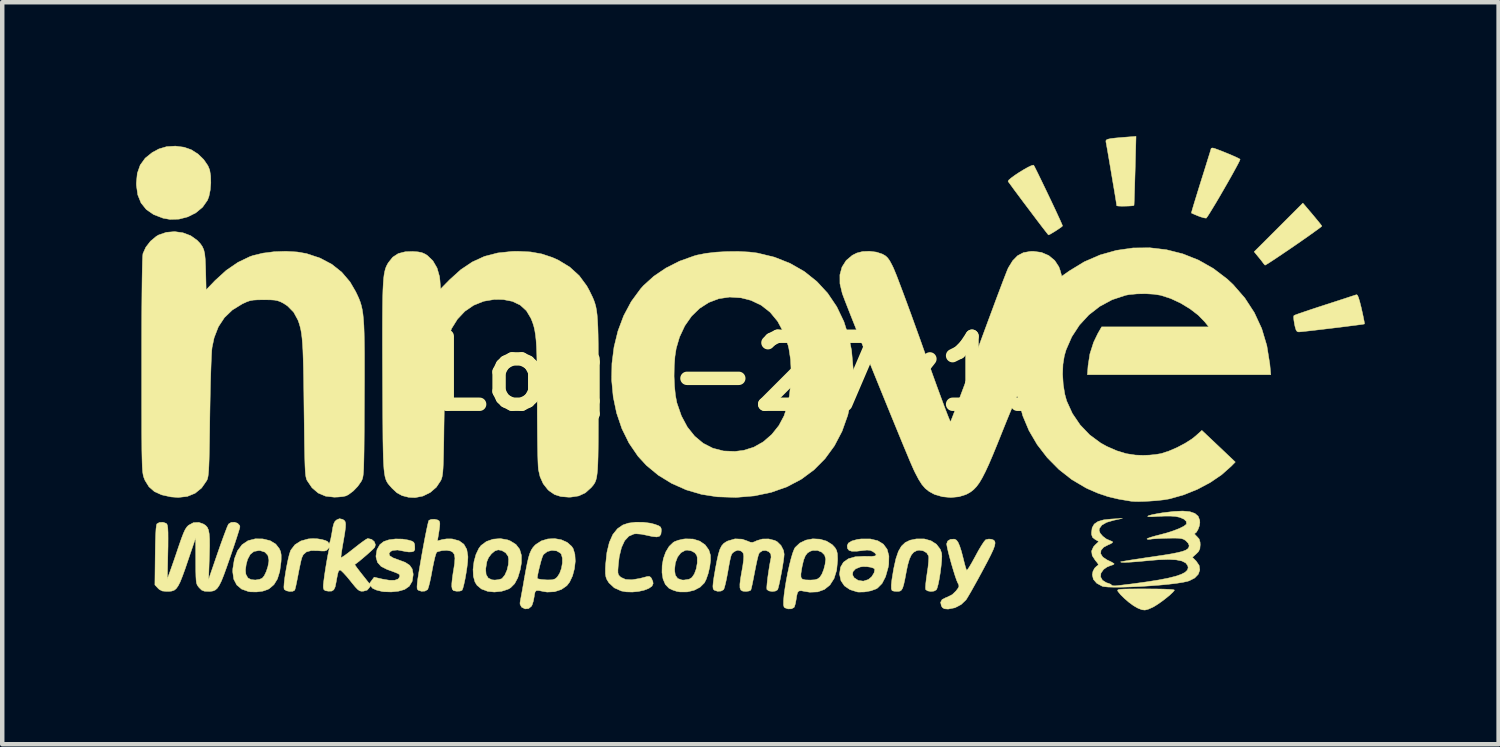
<source format=kicad_pcb>
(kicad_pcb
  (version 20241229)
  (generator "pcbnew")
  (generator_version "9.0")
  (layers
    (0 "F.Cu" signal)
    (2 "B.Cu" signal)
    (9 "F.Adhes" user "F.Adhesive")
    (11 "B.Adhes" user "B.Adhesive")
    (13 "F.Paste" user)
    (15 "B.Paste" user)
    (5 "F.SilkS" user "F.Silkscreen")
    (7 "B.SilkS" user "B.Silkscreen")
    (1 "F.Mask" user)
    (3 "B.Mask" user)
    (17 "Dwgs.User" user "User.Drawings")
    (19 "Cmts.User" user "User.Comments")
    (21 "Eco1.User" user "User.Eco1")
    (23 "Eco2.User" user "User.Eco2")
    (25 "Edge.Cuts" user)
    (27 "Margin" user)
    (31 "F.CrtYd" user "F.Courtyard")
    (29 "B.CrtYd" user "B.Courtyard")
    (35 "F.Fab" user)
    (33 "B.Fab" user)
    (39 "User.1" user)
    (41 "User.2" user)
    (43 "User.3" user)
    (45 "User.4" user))
  (footprint "Logo-27x11"
    (layer "F.Cu")
    (at 13.755 5.317)
    (property "Reference" "Logo-27x11" (at 0 0 0) (layer "F.SilkS") (effects (font (size 1.524 1.524) (thickness 0.3))))
    (attr through_hole)
    (fp_poly (pts (xy 12.591 -3.572) (xy 12.674 -3.472) (xy 12.744 -3.387) (xy 12.791 -3.327) (xy 12.808 -3.302) (xy 12.787 -3.282) (xy 12.727 -3.237) (xy 12.634 -3.17) (xy 12.517 -3.086) (xy 12.381 -2.991) (xy 12.236 -2.89) (xy 12.087 -2.788) (xy 11.942 -2.69) (xy 11.809 -2.6) (xy 11.694 -2.524) (xy 11.606 -2.467) (xy 11.551 -2.434) (xy 11.536 -2.427) (xy 11.516 -2.447) (xy 11.5 -2.467) (xy 11.467 -2.512) (xy 11.413 -2.58) (xy 11.382 -2.617) (xy 11.292 -2.727) (xy 11.838 -3.272) (xy 12.383 -3.817) (xy 12.591 -3.572)) (stroke (width 0.01) (type solid)) (fill yes) (layer "F.SilkS"))
    (fp_poly (pts (xy -12.682 -5.069) (xy -12.521 -5.013) (xy -12.37 -4.917) (xy -12.241 -4.792) (xy -12.146 -4.653) (xy -12.107 -4.558) (xy -12.086 -4.426) (xy -12.082 -4.27) (xy -12.095 -4.111) (xy -12.124 -3.968) (xy -12.157 -3.881) (xy -12.268 -3.724) (xy -12.419 -3.599) (xy -12.598 -3.509) (xy -12.795 -3.458) (xy -12.998 -3.452) (xy -13.154 -3.48) (xy -13.364 -3.561) (xy -13.527 -3.674) (xy -13.645 -3.82) (xy -13.718 -4) (xy -13.749 -4.217) (xy -13.75 -4.266) (xy -13.729 -4.484) (xy -13.664 -4.669) (xy -13.552 -4.824) (xy -13.391 -4.953) (xy -13.246 -5.03) (xy -13.071 -5.082) (xy -12.876 -5.094) (xy -12.682 -5.069)) (stroke (width 0.01) (type solid)) (fill yes) (layer "F.SilkS"))
    (fp_poly (pts (xy 9.083 4.827) (xy 9.26 4.83) (xy 9.393 4.836) (xy 9.476 4.843) (xy 9.506 4.852) (xy 9.506 4.853) (xy 9.475 4.894) (xy 9.409 4.957) (xy 9.32 5.031) (xy 9.221 5.107) (xy 9.123 5.175) (xy 9.039 5.227) (xy 9.017 5.238) (xy 8.917 5.282) (xy 8.845 5.3) (xy 8.778 5.293) (xy 8.695 5.261) (xy 8.672 5.25) (xy 8.588 5.201) (xy 8.488 5.128) (xy 8.388 5.042) (xy 8.301 4.957) (xy 8.244 4.887) (xy 8.238 4.877) (xy 8.232 4.86) (xy 8.238 4.848) (xy 8.263 4.839) (xy 8.312 4.833) (xy 8.393 4.829) (xy 8.512 4.827) (xy 8.675 4.826) (xy 8.863 4.826) (xy 9.083 4.827)) (stroke (width 0.01) (type solid)) (fill yes) (layer "F.SilkS"))
    (fp_poly (pts (xy 8.625 -4.541) (xy 8.619 -4.339) (xy 8.614 -4.156) (xy 8.609 -4) (xy 8.605 -3.878) (xy 8.602 -3.797) (xy 8.599 -3.765) (xy 8.599 -3.765) (xy 8.565 -3.757) (xy 8.496 -3.752) (xy 8.409 -3.749) (xy 8.321 -3.748) (xy 8.25 -3.751) (xy 8.214 -3.757) (xy 8.213 -3.759) (xy 8.208 -3.792) (xy 8.196 -3.871) (xy 8.177 -3.988) (xy 8.153 -4.132) (xy 8.125 -4.296) (xy 8.096 -4.468) (xy 8.067 -4.641) (xy 8.039 -4.805) (xy 8.014 -4.951) (xy 7.993 -5.07) (xy 7.979 -5.151) (xy 7.972 -5.183) (xy 7.97 -5.212) (xy 7.982 -5.233) (xy 8.017 -5.249) (xy 8.082 -5.263) (xy 8.185 -5.275) (xy 8.333 -5.288) (xy 8.408 -5.294) (xy 8.645 -5.312) (xy 8.625 -4.541)) (stroke (width 0.01) (type solid)) (fill yes) (layer "F.SilkS"))
    (fp_poly (pts (xy 6.352 -4.666) (xy 6.37 -4.635) (xy 6.407 -4.562) (xy 6.46 -4.455) (xy 6.525 -4.321) (xy 6.598 -4.17) (xy 6.675 -4.009) (xy 6.752 -3.848) (xy 6.825 -3.693) (xy 6.89 -3.553) (xy 6.943 -3.438) (xy 6.98 -3.354) (xy 6.998 -3.31) (xy 6.999 -3.306) (xy 6.977 -3.285) (xy 6.922 -3.246) (xy 6.85 -3.198) (xy 6.775 -3.152) (xy 6.715 -3.117) (xy 6.684 -3.104) (xy 6.665 -3.126) (xy 6.617 -3.187) (xy 6.544 -3.281) (xy 6.451 -3.403) (xy 6.343 -3.546) (xy 6.237 -3.687) (xy 6.117 -3.846) (xy 6.009 -3.991) (xy 5.916 -4.116) (xy 5.844 -4.215) (xy 5.796 -4.28) (xy 5.779 -4.304) (xy 5.793 -4.332) (xy 5.846 -4.378) (xy 5.926 -4.437) (xy 6.022 -4.501) (xy 6.123 -4.563) (xy 6.218 -4.617) (xy 6.295 -4.654) (xy 6.343 -4.668) (xy 6.352 -4.666)) (stroke (width 0.01) (type solid)) (fill yes) (layer "F.SilkS"))
    (fp_poly (pts (xy 10.403 -5.042) (xy 10.477 -5.015) (xy 10.576 -4.977) (xy 10.685 -4.933) (xy 10.792 -4.888) (xy 10.885 -4.847) (xy 10.951 -4.815) (xy 10.977 -4.798) (xy 10.977 -4.798) (xy 10.963 -4.762) (xy 10.925 -4.686) (xy 10.867 -4.579) (xy 10.795 -4.448) (xy 10.712 -4.301) (xy 10.623 -4.146) (xy 10.533 -3.99) (xy 10.446 -3.842) (xy 10.366 -3.71) (xy 10.299 -3.6) (xy 10.249 -3.522) (xy 10.22 -3.483) (xy 10.216 -3.48) (xy 10.167 -3.487) (xy 10.089 -3.51) (xy 10.033 -3.531) (xy 9.954 -3.564) (xy 9.9 -3.588) (xy 9.886 -3.595) (xy 9.892 -3.623) (xy 9.913 -3.697) (xy 9.947 -3.811) (xy 9.992 -3.957) (xy 10.045 -4.13) (xy 10.104 -4.319) (xy 10.164 -4.509) (xy 10.218 -4.682) (xy 10.263 -4.828) (xy 10.299 -4.942) (xy 10.321 -5.016) (xy 10.329 -5.044) (xy 10.352 -5.051) (xy 10.364 -5.052) (xy 10.403 -5.042)) (stroke (width 0.01) (type solid)) (fill yes) (layer "F.SilkS"))
    (fp_poly (pts (xy 13.604 -1.755) (xy 13.627 -1.706) (xy 13.656 -1.612) (xy 13.692 -1.469) (xy 13.696 -1.45) (xy 13.725 -1.321) (xy 13.747 -1.214) (xy 13.761 -1.14) (xy 13.763 -1.11) (xy 13.763 -1.11) (xy 13.734 -1.104) (xy 13.658 -1.093) (xy 13.543 -1.078) (xy 13.4 -1.06) (xy 13.236 -1.039) (xy 13.062 -1.018) (xy 12.886 -0.997) (xy 12.717 -0.977) (xy 12.564 -0.959) (xy 12.436 -0.945) (xy 12.342 -0.935) (xy 12.292 -0.931) (xy 12.289 -0.931) (xy 12.255 -0.94) (xy 12.23 -0.975) (xy 12.208 -1.049) (xy 12.196 -1.104) (xy 12.181 -1.198) (xy 12.176 -1.268) (xy 12.183 -1.298) (xy 12.215 -1.312) (xy 12.294 -1.341) (xy 12.411 -1.381) (xy 12.559 -1.431) (xy 12.731 -1.488) (xy 12.876 -1.535) (xy 13.062 -1.595) (xy 13.231 -1.65) (xy 13.375 -1.697) (xy 13.487 -1.734) (xy 13.559 -1.757) (xy 13.583 -1.765) (xy 13.604 -1.755)) (stroke (width 0.01) (type solid)) (fill yes) (layer "F.SilkS"))
    (fp_poly (pts (xy -5.433 3.728) (xy -5.374 3.751) (xy -5.247 3.83) (xy -5.164 3.937) (xy -5.124 4.073) (xy -5.124 4.244) (xy -5.15 4.394) (xy -5.205 4.576) (xy -5.275 4.708) (xy -5.365 4.799) (xy -5.419 4.831) (xy -5.566 4.879) (xy -5.73 4.896) (xy -5.878 4.881) (xy -6.019 4.828) (xy -6.117 4.747) (xy -6.164 4.672) (xy -6.2 4.542) (xy -6.207 4.384) (xy -6.206 4.383) (xy -5.925 4.383) (xy -5.915 4.503) (xy -5.868 4.582) (xy -5.786 4.622) (xy -5.72 4.628) (xy -5.635 4.619) (xy -5.568 4.599) (xy -5.557 4.592) (xy -5.495 4.516) (xy -5.446 4.405) (xy -5.416 4.279) (xy -5.41 4.16) (xy -5.423 4.092) (xy -5.477 4.016) (xy -5.565 3.965) (xy -5.645 3.951) (xy -5.718 3.975) (xy -5.794 4.038) (xy -5.86 4.124) (xy -5.899 4.218) (xy -5.899 4.219) (xy -5.925 4.383) (xy -6.206 4.383) (xy -6.186 4.215) (xy -6.142 4.054) (xy -6.076 3.916) (xy -6.028 3.853) (xy -5.908 3.764) (xy -5.758 3.712) (xy -5.595 3.699) (xy -5.433 3.728)) (stroke (width 0.01) (type solid)) (fill yes) (layer "F.SilkS"))
    (fp_poly (pts (xy -10.919 3.706) (xy -10.753 3.746) (xy -10.628 3.822) (xy -10.549 3.923) (xy -10.519 3.99) (xy -10.506 4.064) (xy -10.506 4.165) (xy -10.509 4.219) (xy -10.538 4.435) (xy -10.59 4.603) (xy -10.668 4.73) (xy -10.774 4.821) (xy -10.806 4.838) (xy -10.917 4.876) (xy -11.055 4.894) (xy -11.193 4.892) (xy -11.241 4.884) (xy -11.392 4.83) (xy -11.501 4.738) (xy -11.568 4.609) (xy -11.591 4.445) (xy -11.59 4.404) (xy -11.307 4.404) (xy -11.297 4.498) (xy -11.258 4.57) (xy -11.243 4.586) (xy -11.178 4.618) (xy -11.085 4.627) (xy -10.991 4.613) (xy -10.929 4.585) (xy -10.884 4.53) (xy -10.84 4.438) (xy -10.804 4.328) (xy -10.783 4.219) (xy -10.781 4.175) (xy -10.805 4.072) (xy -10.872 4.001) (xy -10.976 3.968) (xy -11.007 3.967) (xy -11.116 3.987) (xy -11.198 4.051) (xy -11.258 4.163) (xy -11.289 4.274) (xy -11.307 4.404) (xy -11.59 4.404) (xy -11.589 4.374) (xy -11.553 4.151) (xy -11.483 3.971) (xy -11.382 3.836) (xy -11.249 3.746) (xy -11.086 3.704) (xy -10.919 3.706)) (stroke (width 0.01) (type solid)) (fill yes) (layer "F.SilkS"))
    (fp_poly (pts (xy -1.278 3.709) (xy -1.128 3.756) (xy -1.007 3.84) (xy -0.924 3.956) (xy -0.889 4.071) (xy -0.887 4.187) (xy -0.905 4.331) (xy -0.939 4.479) (xy -0.985 4.612) (xy -1.025 4.691) (xy -1.121 4.787) (xy -1.254 4.856) (xy -1.408 4.893) (xy -1.571 4.894) (xy -1.644 4.881) (xy -1.735 4.851) (xy -1.812 4.814) (xy -1.818 4.811) (xy -1.899 4.726) (xy -1.951 4.605) (xy -1.974 4.461) (xy -1.973 4.403) (xy -1.693 4.403) (xy -1.676 4.519) (xy -1.622 4.593) (xy -1.529 4.626) (xy -1.485 4.628) (xy -1.368 4.61) (xy -1.305 4.572) (xy -1.249 4.49) (xy -1.207 4.375) (xy -1.184 4.246) (xy -1.184 4.126) (xy -1.196 4.074) (xy -1.241 4.015) (xy -1.32 3.973) (xy -1.411 3.957) (xy -1.452 3.962) (xy -1.55 4.015) (xy -1.626 4.112) (xy -1.676 4.245) (xy -1.693 4.403) (xy -1.973 4.403) (xy -1.971 4.304) (xy -1.943 4.146) (xy -1.89 3.999) (xy -1.815 3.874) (xy -1.72 3.783) (xy -1.69 3.766) (xy -1.61 3.736) (xy -1.504 3.712) (xy -1.451 3.705) (xy -1.278 3.709)) (stroke (width 0.01) (type solid)) (fill yes) (layer "F.SilkS"))
    (fp_poly (pts (xy -2.395 3.333) (xy -2.227 3.355) (xy -2.131 3.381) (xy -2.048 3.412) (xy -2.006 3.441) (xy -1.991 3.482) (xy -1.99 3.525) (xy -1.999 3.601) (xy -2.031 3.646) (xy -2.094 3.662) (xy -2.196 3.651) (xy -2.295 3.629) (xy -2.436 3.6) (xy -2.552 3.591) (xy -2.602 3.595) (xy -2.717 3.645) (xy -2.811 3.746) (xy -2.882 3.899) (xy -2.932 4.103) (xy -2.954 4.292) (xy -2.962 4.401) (xy -2.961 4.469) (xy -2.948 4.512) (xy -2.92 4.545) (xy -2.89 4.569) (xy -2.79 4.614) (xy -2.651 4.622) (xy -2.471 4.592) (xy -2.389 4.571) (xy -2.307 4.549) (xy -2.26 4.546) (xy -2.23 4.564) (xy -2.213 4.585) (xy -2.18 4.658) (xy -2.173 4.706) (xy -2.199 4.764) (xy -2.27 4.814) (xy -2.375 4.855) (xy -2.502 4.883) (xy -2.64 4.896) (xy -2.777 4.892) (xy -2.887 4.872) (xy -3.043 4.802) (xy -3.163 4.69) (xy -3.209 4.616) (xy -3.231 4.557) (xy -3.242 4.479) (xy -3.242 4.367) (xy -3.237 4.277) (xy -3.208 4.006) (xy -3.154 3.784) (xy -3.076 3.608) (xy -2.971 3.477) (xy -2.851 3.394) (xy -2.726 3.352) (xy -2.567 3.332) (xy -2.395 3.333)) (stroke (width 0.01) (type solid)) (fill yes) (layer "F.SilkS"))
    (fp_poly (pts (xy 3.9 3.706) (xy 4.052 3.748) (xy 4.175 3.827) (xy 4.259 3.938) (xy 4.29 4.025) (xy 4.295 4.093) (xy 4.29 4.199) (xy 4.277 4.328) (xy 4.259 4.468) (xy 4.237 4.604) (xy 4.213 4.722) (xy 4.189 4.809) (xy 4.171 4.847) (xy 4.12 4.875) (xy 4.048 4.883) (xy 3.978 4.871) (xy 3.934 4.842) (xy 3.932 4.837) (xy 3.929 4.792) (xy 3.935 4.704) (xy 3.949 4.588) (xy 3.965 4.476) (xy 3.985 4.342) (xy 3.997 4.221) (xy 4.002 4.13) (xy 3.998 4.088) (xy 3.955 4.018) (xy 3.877 3.972) (xy 3.784 3.958) (xy 3.733 3.968) (xy 3.665 4.004) (xy 3.612 4.065) (xy 3.568 4.159) (xy 3.529 4.293) (xy 3.498 4.445) (xy 3.467 4.61) (xy 3.441 4.727) (xy 3.417 4.805) (xy 3.391 4.851) (xy 3.359 4.874) (xy 3.317 4.882) (xy 3.293 4.882) (xy 3.223 4.877) (xy 3.181 4.865) (xy 3.18 4.864) (xy 3.164 4.822) (xy 3.163 4.739) (xy 3.177 4.611) (xy 3.206 4.434) (xy 3.219 4.36) (xy 3.266 4.149) (xy 3.321 3.987) (xy 3.389 3.869) (xy 3.475 3.787) (xy 3.583 3.735) (xy 3.72 3.707) (xy 3.726 3.706) (xy 3.9 3.706)) (stroke (width 0.01) (type solid)) (fill yes) (layer "F.SilkS"))
    (fp_poly (pts (xy 2.859 3.747) (xy 2.985 3.824) (xy 3.069 3.939) (xy 3.109 4.088) (xy 3.105 4.271) (xy 3.092 4.346) (xy 3.034 4.552) (xy 2.955 4.705) (xy 2.855 4.806) (xy 2.822 4.826) (xy 2.703 4.869) (xy 2.562 4.894) (xy 2.431 4.897) (xy 2.399 4.893) (xy 2.236 4.842) (xy 2.113 4.758) (xy 2.035 4.643) (xy 2.006 4.51) (xy 2.293 4.51) (xy 2.33 4.577) (xy 2.416 4.632) (xy 2.427 4.637) (xy 2.536 4.652) (xy 2.649 4.616) (xy 2.723 4.554) (xy 2.777 4.466) (xy 2.794 4.39) (xy 2.769 4.363) (xy 2.704 4.341) (xy 2.618 4.328) (xy 2.528 4.326) (xy 2.465 4.335) (xy 2.362 4.377) (xy 2.304 4.439) (xy 2.293 4.51) (xy 2.006 4.51) (xy 2.004 4.501) (xy 2.004 4.484) (xy 2.026 4.339) (xy 2.091 4.228) (xy 2.201 4.151) (xy 2.356 4.106) (xy 2.556 4.095) (xy 2.594 4.096) (xy 2.725 4.098) (xy 2.801 4.087) (xy 2.825 4.063) (xy 2.798 4.025) (xy 2.751 3.99) (xy 2.691 3.962) (xy 2.617 3.956) (xy 2.532 3.965) (xy 2.382 3.983) (xy 2.279 3.983) (xy 2.215 3.962) (xy 2.182 3.92) (xy 2.174 3.86) (xy 2.2 3.8) (xy 2.277 3.753) (xy 2.398 3.719) (xy 2.487 3.707) (xy 2.692 3.707) (xy 2.859 3.747)) (stroke (width 0.01) (type solid)) (fill yes) (layer "F.SilkS"))
    (fp_poly (pts (xy 5.404 3.714) (xy 5.45 3.73) (xy 5.479 3.756) (xy 5.488 3.797) (xy 5.478 3.859) (xy 5.446 3.947) (xy 5.39 4.067) (xy 5.309 4.225) (xy 5.205 4.42) (xy 5.114 4.588) (xy 5.027 4.745) (xy 4.951 4.881) (xy 4.888 4.988) (xy 4.846 5.058) (xy 4.835 5.073) (xy 4.727 5.176) (xy 4.589 5.248) (xy 4.443 5.277) (xy 4.431 5.278) (xy 4.352 5.271) (xy 4.308 5.245) (xy 4.284 5.205) (xy 4.267 5.126) (xy 4.3 5.065) (xy 4.386 5.021) (xy 4.415 5.011) (xy 4.528 4.954) (xy 4.61 4.875) (xy 4.66 4.809) (xy 4.679 4.766) (xy 4.67 4.726) (xy 4.651 4.691) (xy 4.627 4.635) (xy 4.593 4.537) (xy 4.554 4.412) (xy 4.512 4.272) (xy 4.473 4.13) (xy 4.439 3.999) (xy 4.415 3.893) (xy 4.403 3.824) (xy 4.403 3.815) (xy 4.427 3.753) (xy 4.489 3.715) (xy 4.572 3.711) (xy 4.585 3.714) (xy 4.623 3.734) (xy 4.658 3.782) (xy 4.693 3.862) (xy 4.732 3.981) (xy 4.775 4.146) (xy 4.8 4.247) (xy 4.823 4.332) (xy 4.843 4.393) (xy 4.852 4.409) (xy 4.871 4.393) (xy 4.91 4.335) (xy 4.964 4.244) (xy 5.028 4.128) (xy 5.048 4.091) (xy 5.117 3.964) (xy 5.183 3.854) (xy 5.237 3.772) (xy 5.274 3.728) (xy 5.279 3.724) (xy 5.348 3.709) (xy 5.404 3.714)) (stroke (width 0.01) (type solid)) (fill yes) (layer "F.SilkS"))
    (fp_poly (pts (xy 1.562 3.712) (xy 1.711 3.755) (xy 1.838 3.834) (xy 1.903 3.904) (xy 1.936 3.962) (xy 1.954 4.034) (xy 1.959 4.138) (xy 1.959 4.186) (xy 1.938 4.409) (xy 1.88 4.594) (xy 1.788 4.738) (xy 1.665 4.838) (xy 1.513 4.893) (xy 1.335 4.9) (xy 1.229 4.883) (xy 1.144 4.867) (xy 1.091 4.873) (xy 1.061 4.91) (xy 1.042 4.988) (xy 1.031 5.062) (xy 1.015 5.152) (xy 0.994 5.221) (xy 0.983 5.242) (xy 0.926 5.272) (xy 0.849 5.274) (xy 0.78 5.25) (xy 0.76 5.232) (xy 0.748 5.184) (xy 0.749 5.092) (xy 0.76 4.964) (xy 0.781 4.812) (xy 0.808 4.645) (xy 0.838 4.49) (xy 1.137 4.49) (xy 1.139 4.566) (xy 1.169 4.607) (xy 1.235 4.624) (xy 1.344 4.628) (xy 1.349 4.628) (xy 1.45 4.622) (xy 1.517 4.6) (xy 1.564 4.562) (xy 1.608 4.495) (xy 1.649 4.392) (xy 1.679 4.275) (xy 1.693 4.167) (xy 1.693 4.154) (xy 1.668 4.067) (xy 1.603 4.002) (xy 1.511 3.965) (xy 1.406 3.964) (xy 1.351 3.981) (xy 1.286 4.02) (xy 1.237 4.083) (xy 1.198 4.18) (xy 1.165 4.321) (xy 1.156 4.37) (xy 1.137 4.49) (xy 0.838 4.49) (xy 0.841 4.473) (xy 0.877 4.306) (xy 0.915 4.154) (xy 0.952 4.027) (xy 0.988 3.934) (xy 1.007 3.899) (xy 1.114 3.798) (xy 1.25 3.733) (xy 1.404 3.704) (xy 1.562 3.712)) (stroke (width 0.01) (type solid)) (fill yes) (layer "F.SilkS"))
    (fp_poly (pts (xy -4.23 3.725) (xy -4.099 3.784) (xy -3.998 3.873) (xy -3.964 3.925) (xy -3.926 4.051) (xy -3.917 4.206) (xy -3.936 4.372) (xy -3.979 4.534) (xy -4.044 4.673) (xy -4.106 4.753) (xy -4.229 4.839) (xy -4.382 4.889) (xy -4.547 4.897) (xy -4.631 4.884) (xy -4.73 4.863) (xy -4.787 4.863) (xy -4.817 4.892) (xy -4.832 4.957) (xy -4.838 5.002) (xy -4.857 5.101) (xy -4.884 5.185) (xy -4.899 5.214) (xy -4.962 5.266) (xy -5.041 5.274) (xy -5.117 5.236) (xy -5.122 5.231) (xy -5.155 5.167) (xy -5.154 5.125) (xy -5.145 5.077) (xy -5.128 4.985) (xy -5.105 4.86) (xy -5.079 4.714) (xy -5.067 4.643) (xy -5.057 4.587) (xy -4.77 4.587) (xy -4.743 4.603) (xy -4.672 4.616) (xy -4.566 4.624) (xy -4.528 4.625) (xy -4.431 4.622) (xy -4.368 4.601) (xy -4.322 4.562) (xy -4.267 4.477) (xy -4.227 4.366) (xy -4.206 4.247) (xy -4.206 4.136) (xy -4.229 4.051) (xy -4.247 4.026) (xy -4.335 3.974) (xy -4.441 3.962) (xy -4.545 3.989) (xy -4.626 4.053) (xy -4.638 4.07) (xy -4.658 4.118) (xy -4.685 4.204) (xy -4.713 4.311) (xy -4.74 4.421) (xy -4.76 4.517) (xy -4.769 4.581) (xy -4.77 4.587) (xy -5.057 4.587) (xy -5.028 4.425) (xy -4.995 4.256) (xy -4.965 4.126) (xy -4.935 4.029) (xy -4.902 3.955) (xy -4.865 3.898) (xy -4.821 3.849) (xy -4.8 3.83) (xy -4.676 3.75) (xy -4.532 3.707) (xy -4.379 3.699) (xy -4.23 3.725)) (stroke (width 0.01) (type solid)) (fill yes) (layer "F.SilkS"))
    (fp_poly (pts (xy -7 3.282) (xy -6.967 3.304) (xy -6.956 3.33) (xy -6.951 3.369) (xy -6.956 3.431) (xy -6.969 3.528) (xy -6.988 3.646) (xy -7.006 3.751) (xy -6.898 3.721) (xy -6.796 3.705) (xy -6.686 3.706) (xy -6.668 3.708) (xy -6.519 3.749) (xy -6.413 3.826) (xy -6.348 3.941) (xy -6.323 4.095) (xy -6.323 4.126) (xy -6.329 4.221) (xy -6.343 4.341) (xy -6.363 4.473) (xy -6.386 4.604) (xy -6.411 4.72) (xy -6.434 4.809) (xy -6.454 4.856) (xy -6.456 4.858) (xy -6.501 4.875) (xy -6.573 4.878) (xy -6.579 4.877) (xy -6.645 4.865) (xy -6.674 4.83) (xy -6.684 4.773) (xy -6.683 4.703) (xy -6.672 4.596) (xy -6.655 4.471) (xy -6.645 4.414) (xy -6.62 4.252) (xy -6.613 4.136) (xy -6.626 4.056) (xy -6.66 4.005) (xy -6.709 3.977) (xy -6.796 3.962) (xy -6.902 3.968) (xy -6.995 3.991) (xy -7.021 4.004) (xy -7.038 4.038) (xy -7.062 4.117) (xy -7.088 4.231) (xy -7.116 4.368) (xy -7.124 4.413) (xy -7.151 4.557) (xy -7.178 4.683) (xy -7.203 4.779) (xy -7.222 4.835) (xy -7.226 4.841) (xy -7.285 4.875) (xy -7.364 4.879) (xy -7.433 4.856) (xy -7.45 4.84) (xy -7.46 4.817) (xy -7.462 4.774) (xy -7.457 4.704) (xy -7.445 4.602) (xy -7.423 4.462) (xy -7.392 4.277) (xy -7.354 4.057) (xy -7.318 3.859) (xy -7.284 3.679) (xy -7.253 3.525) (xy -7.227 3.403) (xy -7.208 3.323) (xy -7.196 3.29) (xy -7.144 3.269) (xy -7.069 3.266) (xy -7 3.282)) (stroke (width 0.01) (type solid)) (fill yes) (layer "F.SilkS"))
    (fp_poly (pts (xy -11.482 3.356) (xy -11.437 3.404) (xy -11.43 3.437) (xy -11.439 3.474) (xy -11.464 3.556) (xy -11.502 3.676) (xy -11.551 3.825) (xy -11.609 3.996) (xy -11.648 4.111) (xy -11.726 4.335) (xy -11.79 4.511) (xy -11.843 4.645) (xy -11.891 4.742) (xy -11.935 4.808) (xy -11.981 4.85) (xy -12.031 4.872) (xy -12.089 4.881) (xy -12.137 4.882) (xy -12.227 4.877) (xy -12.287 4.853) (xy -12.342 4.799) (xy -12.345 4.796) (xy -12.371 4.763) (xy -12.39 4.731) (xy -12.403 4.691) (xy -12.411 4.632) (xy -12.416 4.547) (xy -12.419 4.426) (xy -12.42 4.261) (xy -12.42 4.196) (xy -12.422 3.683) (xy -12.585 4.163) (xy -12.658 4.378) (xy -12.719 4.545) (xy -12.769 4.671) (xy -12.815 4.76) (xy -12.859 4.821) (xy -12.905 4.857) (xy -12.959 4.875) (xy -13.024 4.882) (xy -13.074 4.882) (xy -13.169 4.873) (xy -13.237 4.838) (xy -13.267 4.809) (xy -13.335 4.736) (xy -13.328 4.072) (xy -13.324 3.819) (xy -13.318 3.623) (xy -13.31 3.482) (xy -13.299 3.397) (xy -13.29 3.369) (xy -13.232 3.337) (xy -13.154 3.333) (xy -13.085 3.357) (xy -13.067 3.373) (xy -13.055 3.403) (xy -13.046 3.463) (xy -13.041 3.559) (xy -13.04 3.697) (xy -13.041 3.882) (xy -13.044 4.008) (xy -13.056 4.6) (xy -12.991 4.424) (xy -12.958 4.33) (xy -12.912 4.199) (xy -12.86 4.047) (xy -12.807 3.889) (xy -12.797 3.86) (xy -12.74 3.696) (xy -12.694 3.577) (xy -12.655 3.493) (xy -12.617 3.437) (xy -12.583 3.402) (xy -12.472 3.342) (xy -12.351 3.336) (xy -12.251 3.371) (xy -12.2 3.403) (xy -12.162 3.445) (xy -12.135 3.505) (xy -12.119 3.589) (xy -12.11 3.706) (xy -12.109 3.863) (xy -12.114 4.067) (xy -12.115 4.102) (xy -12.132 4.614) (xy -11.926 4.015) (xy -11.865 3.84) (xy -11.807 3.68) (xy -11.757 3.546) (xy -11.718 3.444) (xy -11.691 3.385) (xy -11.685 3.373) (xy -11.625 3.336) (xy -11.551 3.332) (xy -11.482 3.356)) (stroke (width 0.01) (type solid)) (fill yes) (layer "F.SilkS"))
    (fp_poly (pts (xy -0.02 -2.721) (xy 0.159 -2.699) (xy 0.544 -2.606) (xy 0.895 -2.467) (xy 1.213 -2.285) (xy 1.494 -2.061) (xy 1.737 -1.798) (xy 1.94 -1.497) (xy 2.101 -1.161) (xy 2.218 -0.792) (xy 2.272 -0.515) (xy 2.311 -0.08) (xy 2.296 0.355) (xy 2.273 0.536) (xy 2.188 0.933) (xy 2.059 1.295) (xy 1.888 1.621) (xy 1.677 1.91) (xy 1.429 2.16) (xy 1.144 2.37) (xy 0.826 2.538) (xy 0.475 2.662) (xy 0.095 2.742) (xy -0.313 2.776) (xy -0.734 2.763) (xy -1.088 2.708) (xy -1.432 2.607) (xy -1.758 2.462) (xy -2.057 2.279) (xy -2.322 2.06) (xy -2.511 1.855) (xy -2.713 1.56) (xy -2.873 1.235) (xy -2.991 0.887) (xy -3.067 0.524) (xy -3.102 0.152) (xy -3.101 0.06) (xy -1.704 0.06) (xy -1.694 0.286) (xy -1.673 0.492) (xy -1.641 0.659) (xy -1.54 0.95) (xy -1.407 1.199) (xy -1.243 1.404) (xy -1.053 1.563) (xy -0.836 1.674) (xy -0.597 1.736) (xy -0.338 1.746) (xy -0.144 1.722) (xy 0.083 1.651) (xy 0.296 1.53) (xy 0.485 1.366) (xy 0.645 1.165) (xy 0.759 0.951) (xy 0.829 0.742) (xy 0.88 0.496) (xy 0.91 0.227) (xy 0.919 -0.048) (xy 0.906 -0.313) (xy 0.869 -0.554) (xy 0.852 -0.626) (xy 0.75 -0.92) (xy 0.616 -1.169) (xy 0.449 -1.371) (xy 0.25 -1.528) (xy 0.02 -1.638) (xy -0.203 -1.695) (xy -0.459 -1.712) (xy -0.702 -1.676) (xy -0.928 -1.59) (xy -1.133 -1.458) (xy -1.313 -1.283) (xy -1.464 -1.067) (xy -1.582 -0.815) (xy -1.656 -0.563) (xy -1.684 -0.383) (xy -1.7 -0.169) (xy -1.704 0.06) (xy -3.101 0.06) (xy -3.096 -0.223) (xy -3.049 -0.593) (xy -2.961 -0.952) (xy -2.833 -1.293) (xy -2.664 -1.61) (xy -2.455 -1.895) (xy -2.386 -1.972) (xy -2.156 -2.18) (xy -1.885 -2.363) (xy -1.582 -2.516) (xy -1.259 -2.632) (xy -1.185 -2.653) (xy -0.991 -2.691) (xy -0.759 -2.718) (xy -0.507 -2.732) (xy -0.255 -2.733) (xy -0.02 -2.721)) (stroke (width 0.01) (type solid)) (fill yes) (layer "F.SilkS"))
    (fp_poly (pts (xy -0.18 3.712) (xy -0.071 3.75) (xy 0.003 3.78) (xy 0.054 3.785) (xy 0.11 3.765) (xy 0.15 3.745) (xy 0.275 3.708) (xy 0.417 3.707) (xy 0.552 3.741) (xy 0.607 3.77) (xy 0.692 3.854) (xy 0.748 3.964) (xy 0.762 4.048) (xy 0.757 4.116) (xy 0.743 4.218) (xy 0.723 4.343) (xy 0.699 4.476) (xy 0.674 4.607) (xy 0.65 4.72) (xy 0.629 4.805) (xy 0.614 4.846) (xy 0.614 4.847) (xy 0.564 4.875) (xy 0.492 4.883) (xy 0.421 4.871) (xy 0.378 4.841) (xy 0.375 4.836) (xy 0.373 4.791) (xy 0.38 4.703) (xy 0.393 4.583) (xy 0.413 4.444) (xy 0.436 4.296) (xy 0.463 4.153) (xy 0.47 4.116) (xy 0.463 4.043) (xy 0.417 3.991) (xy 0.35 3.965) (xy 0.278 3.97) (xy 0.215 4.011) (xy 0.197 4.037) (xy 0.181 4.084) (xy 0.158 4.175) (xy 0.132 4.296) (xy 0.104 4.436) (xy 0.1 4.458) (xy 0.073 4.597) (xy 0.049 4.716) (xy 0.029 4.804) (xy 0.016 4.851) (xy 0.014 4.854) (xy -0.023 4.873) (xy -0.092 4.882) (xy -0.099 4.882) (xy -0.165 4.876) (xy -0.207 4.852) (xy -0.228 4.802) (xy -0.229 4.718) (xy -0.214 4.593) (xy -0.196 4.487) (xy -0.165 4.312) (xy -0.148 4.185) (xy -0.143 4.096) (xy -0.151 4.037) (xy -0.173 4) (xy -0.208 3.976) (xy -0.211 3.975) (xy -0.275 3.958) (xy -0.337 3.981) (xy -0.351 3.99) (xy -0.38 4.01) (xy -0.402 4.031) (xy -0.42 4.063) (xy -0.436 4.114) (xy -0.454 4.193) (xy -0.476 4.31) (xy -0.505 4.473) (xy -0.507 4.484) (xy -0.532 4.615) (xy -0.558 4.728) (xy -0.58 4.809) (xy -0.596 4.844) (xy -0.653 4.875) (xy -0.731 4.879) (xy -0.8 4.856) (xy -0.818 4.841) (xy -0.83 4.813) (xy -0.834 4.764) (xy -0.827 4.685) (xy -0.811 4.568) (xy -0.783 4.405) (xy -0.781 4.39) (xy -0.744 4.196) (xy -0.711 4.049) (xy -0.678 3.941) (xy -0.64 3.864) (xy -0.594 3.81) (xy -0.537 3.771) (xy -0.499 3.752) (xy -0.338 3.705) (xy -0.18 3.712)) (stroke (width 0.01) (type solid)) (fill yes) (layer "F.SilkS"))
    (fp_poly (pts (xy -4.919 -2.723) (xy -4.668 -2.678) (xy -4.43 -2.599) (xy -4.293 -2.537) (xy -4.041 -2.384) (xy -3.829 -2.191) (xy -3.66 -1.962) (xy -3.605 -1.863) (xy -3.566 -1.783) (xy -3.531 -1.711) (xy -3.502 -1.643) (xy -3.478 -1.574) (xy -3.457 -1.499) (xy -3.441 -1.413) (xy -3.428 -1.312) (xy -3.419 -1.191) (xy -3.411 -1.045) (xy -3.406 -0.869) (xy -3.403 -0.659) (xy -3.402 -0.41) (xy -3.401 -0.118) (xy -3.401 0.224) (xy -3.401 0.48) (xy -3.401 0.852) (xy -3.401 1.173) (xy -3.402 1.446) (xy -3.404 1.675) (xy -3.407 1.866) (xy -3.412 2.021) (xy -3.418 2.147) (xy -3.428 2.246) (xy -3.439 2.324) (xy -3.454 2.385) (xy -3.472 2.433) (xy -3.494 2.472) (xy -3.519 2.507) (xy -3.549 2.542) (xy -3.563 2.558) (xy -3.692 2.674) (xy -3.841 2.743) (xy -4.019 2.77) (xy -4.063 2.771) (xy -4.239 2.757) (xy -4.381 2.712) (xy -4.502 2.629) (xy -4.534 2.599) (xy -4.636 2.469) (xy -4.706 2.312) (xy -4.743 2.151) (xy -4.748 2.09) (xy -4.753 1.979) (xy -4.758 1.825) (xy -4.762 1.633) (xy -4.765 1.41) (xy -4.767 1.163) (xy -4.769 0.899) (xy -4.769 0.659) (xy -4.77 0.315) (xy -4.771 0.023) (xy -4.774 -0.224) (xy -4.779 -0.43) (xy -4.786 -0.601) (xy -4.795 -0.743) (xy -4.808 -0.861) (xy -4.824 -0.961) (xy -4.843 -1.047) (xy -4.867 -1.125) (xy -4.896 -1.201) (xy -4.912 -1.239) (xy -5.012 -1.406) (xy -5.15 -1.532) (xy -5.325 -1.616) (xy -5.535 -1.657) (xy -5.729 -1.659) (xy -5.971 -1.618) (xy -6.194 -1.528) (xy -6.391 -1.393) (xy -6.557 -1.217) (xy -6.688 -1.007) (xy -6.778 -0.766) (xy -6.804 -0.649) (xy -6.812 -0.577) (xy -6.82 -0.453) (xy -6.828 -0.281) (xy -6.835 -0.067) (xy -6.842 0.185) (xy -6.848 0.47) (xy -6.853 0.784) (xy -6.854 0.903) (xy -6.859 1.217) (xy -6.862 1.48) (xy -6.866 1.697) (xy -6.87 1.873) (xy -6.874 2.012) (xy -6.879 2.121) (xy -6.885 2.205) (xy -6.893 2.267) (xy -6.901 2.315) (xy -6.912 2.352) (xy -6.924 2.384) (xy -6.931 2.399) (xy -7.03 2.548) (xy -7.167 2.666) (xy -7.33 2.746) (xy -7.508 2.781) (xy -7.648 2.774) (xy -7.797 2.736) (xy -7.915 2.671) (xy -8.023 2.57) (xy -8.059 2.529) (xy -8.091 2.493) (xy -8.119 2.457) (xy -8.142 2.418) (xy -8.162 2.37) (xy -8.179 2.311) (xy -8.192 2.235) (xy -8.203 2.14) (xy -8.211 2.021) (xy -8.218 1.874) (xy -8.222 1.696) (xy -8.226 1.481) (xy -8.228 1.226) (xy -8.23 0.928) (xy -8.232 0.582) (xy -8.234 0.183) (xy -8.234 0.128) (xy -8.236 -0.296) (xy -8.237 -0.667) (xy -8.237 -0.989) (xy -8.236 -1.267) (xy -8.234 -1.504) (xy -8.231 -1.704) (xy -8.226 -1.871) (xy -8.219 -2.008) (xy -8.211 -2.121) (xy -8.2 -2.212) (xy -8.186 -2.285) (xy -8.171 -2.345) (xy -8.152 -2.395) (xy -8.13 -2.439) (xy -8.106 -2.481) (xy -8.006 -2.606) (xy -7.882 -2.687) (xy -7.726 -2.727) (xy -7.561 -2.733) (xy -7.439 -2.724) (xy -7.353 -2.707) (xy -7.283 -2.676) (xy -7.233 -2.645) (xy -7.107 -2.524) (xy -7.014 -2.364) (xy -6.959 -2.173) (xy -6.949 -2.085) (xy -6.935 -1.893) (xy -6.734 -2.098) (xy -6.484 -2.324) (xy -6.225 -2.498) (xy -5.952 -2.623) (xy -5.655 -2.7) (xy -5.328 -2.735) (xy -5.201 -2.737) (xy -4.919 -2.723)) (stroke (width 0.01) (type solid)) (fill yes) (layer "F.SilkS"))
    (fp_poly (pts (xy -12.706 -3.152) (xy -12.533 -3.087) (xy -12.389 -2.984) (xy -12.38 -2.975) (xy -12.317 -2.908) (xy -12.272 -2.843) (xy -12.24 -2.771) (xy -12.219 -2.68) (xy -12.207 -2.559) (xy -12.2 -2.399) (xy -12.197 -2.299) (xy -12.187 -1.874) (xy -11.985 -2.084) (xy -11.738 -2.309) (xy -11.477 -2.488) (xy -11.209 -2.617) (xy -11.137 -2.642) (xy -10.914 -2.696) (xy -10.661 -2.728) (xy -10.398 -2.737) (xy -10.147 -2.722) (xy -9.938 -2.686) (xy -9.634 -2.585) (xy -9.371 -2.446) (xy -9.149 -2.269) (xy -8.964 -2.052) (xy -8.837 -1.834) (xy -8.798 -1.753) (xy -8.764 -1.678) (xy -8.735 -1.603) (xy -8.711 -1.524) (xy -8.691 -1.436) (xy -8.675 -1.335) (xy -8.663 -1.216) (xy -8.653 -1.073) (xy -8.647 -0.904) (xy -8.643 -0.702) (xy -8.64 -0.463) (xy -8.64 -0.183) (xy -8.64 0.144) (xy -8.642 0.521) (xy -8.642 0.596) (xy -8.644 0.948) (xy -8.645 1.249) (xy -8.647 1.502) (xy -8.649 1.712) (xy -8.652 1.883) (xy -8.655 2.021) (xy -8.658 2.129) (xy -8.663 2.212) (xy -8.669 2.274) (xy -8.676 2.32) (xy -8.685 2.355) (xy -8.695 2.382) (xy -8.707 2.407) (xy -8.712 2.416) (xy -8.789 2.527) (xy -8.89 2.632) (xy -8.998 2.713) (xy -9.055 2.742) (xy -9.123 2.757) (xy -9.223 2.767) (xy -9.317 2.771) (xy -9.512 2.748) (xy -9.677 2.678) (xy -9.815 2.56) (xy -9.924 2.399) (xy -9.936 2.374) (xy -9.945 2.343) (xy -9.954 2.302) (xy -9.961 2.245) (xy -9.967 2.168) (xy -9.972 2.067) (xy -9.976 1.936) (xy -9.98 1.77) (xy -9.984 1.566) (xy -9.987 1.318) (xy -9.991 1.021) (xy -9.994 0.79) (xy -9.998 0.436) (xy -10.002 0.133) (xy -10.007 -0.123) (xy -10.013 -0.338) (xy -10.019 -0.518) (xy -10.028 -0.666) (xy -10.038 -0.789) (xy -10.05 -0.891) (xy -10.065 -0.977) (xy -10.083 -1.053) (xy -10.104 -1.124) (xy -10.129 -1.194) (xy -10.132 -1.2) (xy -10.226 -1.373) (xy -10.364 -1.513) (xy -10.45 -1.57) (xy -10.522 -1.607) (xy -10.585 -1.63) (xy -10.656 -1.644) (xy -10.75 -1.65) (xy -10.884 -1.651) (xy -10.894 -1.651) (xy -11.032 -1.65) (xy -11.13 -1.644) (xy -11.207 -1.63) (xy -11.279 -1.605) (xy -11.365 -1.565) (xy -11.378 -1.559) (xy -11.599 -1.423) (xy -11.777 -1.252) (xy -11.913 -1.046) (xy -12.008 -0.801) (xy -12.054 -0.584) (xy -12.061 -0.515) (xy -12.068 -0.395) (xy -12.075 -0.232) (xy -12.082 -0.033) (xy -12.089 0.196) (xy -12.095 0.448) (xy -12.1 0.717) (xy -12.104 0.96) (xy -12.108 1.272) (xy -12.112 1.532) (xy -12.116 1.747) (xy -12.12 1.92) (xy -12.125 2.057) (xy -12.13 2.163) (xy -12.137 2.242) (xy -12.144 2.301) (xy -12.153 2.344) (xy -12.163 2.376) (xy -12.174 2.399) (xy -12.289 2.565) (xy -12.434 2.683) (xy -12.608 2.754) (xy -12.812 2.777) (xy -12.975 2.765) (xy -13.183 2.719) (xy -13.346 2.645) (xy -13.468 2.538) (xy -13.556 2.396) (xy -13.575 2.35) (xy -13.585 2.322) (xy -13.594 2.292) (xy -13.601 2.256) (xy -13.608 2.211) (xy -13.613 2.153) (xy -13.618 2.077) (xy -13.621 1.981) (xy -13.624 1.861) (xy -13.627 1.712) (xy -13.628 1.531) (xy -13.63 1.314) (xy -13.63 1.058) (xy -13.631 0.758) (xy -13.631 0.411) (xy -13.631 0.013) (xy -13.631 -0.192) (xy -13.631 -0.675) (xy -13.63 -1.108) (xy -13.628 -1.491) (xy -13.625 -1.823) (xy -13.622 -2.102) (xy -13.618 -2.328) (xy -13.614 -2.501) (xy -13.609 -2.619) (xy -13.603 -2.681) (xy -13.602 -2.687) (xy -13.538 -2.829) (xy -13.434 -2.963) (xy -13.304 -3.072) (xy -13.251 -3.103) (xy -13.079 -3.162) (xy -12.893 -3.178) (xy -12.706 -3.152)) (stroke (width 0.01) (type solid)) (fill yes) (layer "F.SilkS"))
    (fp_poly (pts (xy 9.85 3.096) (xy 9.964 3.135) (xy 10.037 3.198) (xy 10.071 3.287) (xy 10.075 3.338) (xy 10.064 3.413) (xy 10.035 3.492) (xy 9.999 3.555) (xy 9.963 3.584) (xy 9.96 3.584) (xy 9.959 3.6) (xy 9.994 3.638) (xy 10.007 3.65) (xy 10.059 3.708) (xy 10.08 3.779) (xy 10.083 3.838) (xy 10.075 3.928) (xy 10.042 3.993) (xy 9.995 4.04) (xy 9.908 4.118) (xy 9.992 4.202) (xy 10.059 4.3) (xy 10.074 4.401) (xy 10.04 4.497) (xy 9.96 4.581) (xy 9.837 4.644) (xy 9.799 4.656) (xy 9.692 4.679) (xy 9.545 4.702) (xy 9.367 4.723) (xy 9.167 4.742) (xy 8.954 4.758) (xy 8.738 4.772) (xy 8.527 4.781) (xy 8.331 4.787) (xy 8.159 4.788) (xy 8.019 4.784) (xy 7.921 4.774) (xy 7.888 4.766) (xy 7.765 4.699) (xy 7.69 4.612) (xy 7.666 4.509) (xy 7.681 4.431) (xy 7.718 4.361) (xy 7.765 4.316) (xy 7.796 4.295) (xy 7.798 4.27) (xy 7.767 4.227) (xy 7.734 4.188) (xy 7.664 4.08) (xy 7.65 3.978) (xy 7.692 3.883) (xy 7.73 3.841) (xy 7.811 3.765) (xy 7.73 3.718) (xy 7.672 3.673) (xy 7.65 3.611) (xy 7.648 3.57) (xy 7.662 3.457) (xy 7.709 3.374) (xy 7.793 3.316) (xy 7.921 3.279) (xy 8.097 3.26) (xy 8.107 3.26) (xy 8.34 3.247) (xy 8.144 3.289) (xy 7.987 3.335) (xy 7.88 3.397) (xy 7.825 3.472) (xy 7.818 3.516) (xy 7.841 3.578) (xy 7.9 3.647) (xy 7.979 3.707) (xy 8.06 3.743) (xy 8.116 3.765) (xy 8.118 3.79) (xy 8.065 3.821) (xy 8.033 3.833) (xy 7.92 3.892) (xy 7.86 3.962) (xy 7.853 4.038) (xy 7.9 4.113) (xy 8.001 4.18) (xy 8.016 4.186) (xy 8.093 4.223) (xy 8.144 4.254) (xy 8.156 4.266) (xy 8.132 4.285) (xy 8.074 4.303) (xy 8.074 4.303) (xy 7.994 4.336) (xy 7.919 4.389) (xy 7.859 4.473) (xy 7.851 4.557) (xy 7.893 4.632) (xy 7.98 4.687) (xy 8.022 4.7) (xy 8.078 4.721) (xy 8.1 4.744) (xy 8.125 4.756) (xy 8.187 4.757) (xy 8.22 4.754) (xy 8.583 4.71) (xy 8.893 4.667) (xy 9.152 4.626) (xy 9.364 4.585) (xy 9.531 4.543) (xy 9.657 4.5) (xy 9.744 4.455) (xy 9.794 4.407) (xy 9.813 4.354) (xy 9.804 4.305) (xy 9.758 4.244) (xy 9.673 4.201) (xy 9.546 4.175) (xy 9.374 4.166) (xy 9.152 4.173) (xy 8.946 4.19) (xy 8.713 4.212) (xy 8.53 4.226) (xy 8.4 4.232) (xy 8.322 4.231) (xy 8.299 4.222) (xy 8.301 4.22) (xy 8.331 4.213) (xy 8.41 4.199) (xy 8.529 4.179) (xy 8.681 4.156) (xy 8.857 4.129) (xy 9.004 4.108) (xy 9.245 4.072) (xy 9.436 4.041) (xy 9.581 4.012) (xy 9.688 3.985) (xy 9.761 3.957) (xy 9.806 3.927) (xy 9.829 3.892) (xy 9.835 3.852) (xy 9.814 3.802) (xy 9.763 3.748) (xy 9.756 3.742) (xy 9.715 3.716) (xy 9.669 3.7) (xy 9.605 3.691) (xy 9.51 3.688) (xy 9.373 3.69) (xy 9.361 3.69) (xy 9.225 3.694) (xy 9.103 3.7) (xy 9.01 3.707) (xy 8.968 3.713) (xy 8.912 3.718) (xy 8.89 3.706) (xy 8.916 3.69) (xy 8.985 3.666) (xy 9.086 3.637) (xy 9.165 3.617) (xy 9.334 3.572) (xy 9.488 3.522) (xy 9.619 3.471) (xy 9.716 3.422) (xy 9.77 3.38) (xy 9.776 3.369) (xy 9.771 3.313) (xy 9.718 3.263) (xy 9.627 3.223) (xy 9.527 3.202) (xy 9.422 3.195) (xy 9.286 3.195) (xy 9.147 3.201) (xy 9.122 3.202) (xy 8.997 3.21) (xy 8.925 3.208) (xy 8.904 3.199) (xy 8.933 3.183) (xy 9.009 3.163) (xy 9.132 3.139) (xy 9.234 3.122) (xy 9.488 3.091) (xy 9.692 3.082) (xy 9.85 3.096)) (stroke (width 0.01) (type solid)) (fill yes) (layer "F.SilkS"))
    (fp_poly (pts (xy -9.134 3.267) (xy -9.129 3.269) (xy -9.094 3.29) (xy -9.072 3.321) (xy -9.062 3.371) (xy -9.065 3.447) (xy -9.079 3.559) (xy -9.105 3.715) (xy -9.117 3.781) (xy -9.139 3.909) (xy -9.156 4.018) (xy -9.165 4.093) (xy -9.166 4.124) (xy -9.143 4.116) (xy -9.084 4.078) (xy -9 4.016) (xy -8.897 3.935) (xy -8.88 3.922) (xy -8.772 3.837) (xy -8.677 3.766) (xy -8.606 3.717) (xy -8.567 3.697) (xy -8.565 3.697) (xy -8.479 3.717) (xy -8.419 3.768) (xy -8.395 3.835) (xy -8.408 3.89) (xy -8.437 3.924) (xy -8.499 3.982) (xy -8.58 4.055) (xy -8.67 4.132) (xy -8.755 4.203) (xy -8.825 4.257) (xy -8.857 4.279) (xy -8.845 4.302) (xy -8.804 4.359) (xy -8.742 4.44) (xy -8.698 4.496) (xy -8.53 4.708) (xy -8.477 4.636) (xy -8.423 4.564) (xy -8.235 4.607) (xy -8.08 4.633) (xy -7.961 4.632) (xy -7.883 4.604) (xy -7.851 4.554) (xy -7.849 4.527) (xy -7.857 4.506) (xy -7.884 4.485) (xy -7.94 4.461) (xy -8.033 4.426) (xy -8.135 4.389) (xy -8.267 4.322) (xy -8.348 4.231) (xy -8.381 4.113) (xy -8.382 4.087) (xy -8.359 3.946) (xy -8.294 3.833) (xy -8.208 3.765) (xy -8.091 3.726) (xy -7.943 3.707) (xy -7.787 3.71) (xy -7.662 3.731) (xy -7.579 3.755) (xy -7.536 3.781) (xy -7.518 3.823) (xy -7.513 3.873) (xy -7.512 3.944) (xy -7.532 3.979) (xy -7.573 3.995) (xy -7.645 3.999) (xy -7.735 3.986) (xy -7.751 3.982) (xy -7.898 3.954) (xy -8.007 3.964) (xy -8.054 3.987) (xy -8.091 4.035) (xy -8.073 4.084) (xy -7.999 4.131) (xy -7.876 4.176) (xy -7.728 4.231) (xy -7.628 4.296) (xy -7.571 4.379) (xy -7.55 4.486) (xy -7.549 4.512) (xy -7.571 4.656) (xy -7.636 4.766) (xy -7.74 4.838) (xy -7.742 4.839) (xy -7.877 4.877) (xy -8.039 4.894) (xy -8.199 4.889) (xy -8.245 4.883) (xy -8.371 4.852) (xy -8.457 4.813) (xy -8.494 4.77) (xy -8.495 4.762) (xy -8.506 4.758) (xy -8.53 4.796) (xy -8.531 4.798) (xy -8.579 4.853) (xy -8.66 4.876) (xy -8.666 4.877) (xy -8.712 4.878) (xy -8.751 4.867) (xy -8.792 4.838) (xy -8.846 4.781) (xy -8.92 4.691) (xy -8.957 4.644) (xy -9.038 4.546) (xy -9.11 4.467) (xy -9.163 4.416) (xy -9.186 4.403) (xy -9.207 4.41) (xy -9.225 4.437) (xy -9.241 4.495) (xy -9.26 4.593) (xy -9.274 4.671) (xy -9.297 4.782) (xy -9.328 4.846) (xy -9.375 4.875) (xy -9.447 4.877) (xy -9.449 4.877) (xy -9.52 4.865) (xy -9.552 4.837) (xy -9.562 4.789) (xy -9.561 4.735) (xy -9.55 4.638) (xy -9.533 4.51) (xy -9.511 4.365) (xy -9.486 4.214) (xy -9.46 4.071) (xy -9.435 3.951) (xy -9.426 3.903) (xy -9.438 3.906) (xy -9.461 3.934) (xy -9.492 3.964) (xy -9.535 3.977) (xy -9.608 3.976) (xy -9.678 3.97) (xy -9.83 3.967) (xy -9.939 3.996) (xy -10.012 4.06) (xy -10.043 4.127) (xy -10.061 4.193) (xy -10.084 4.298) (xy -10.111 4.427) (xy -10.129 4.523) (xy -10.154 4.649) (xy -10.176 4.755) (xy -10.194 4.828) (xy -10.203 4.855) (xy -10.246 4.879) (xy -10.316 4.883) (xy -10.388 4.868) (xy -10.436 4.837) (xy -10.439 4.832) (xy -10.445 4.785) (xy -10.439 4.696) (xy -10.425 4.577) (xy -10.404 4.44) (xy -10.378 4.299) (xy -10.351 4.166) (xy -10.323 4.053) (xy -10.297 3.973) (xy -10.289 3.956) (xy -10.197 3.836) (xy -10.064 3.752) (xy -9.898 3.706) (xy -9.793 3.699) (xy -9.69 3.704) (xy -9.59 3.721) (xy -9.509 3.744) (xy -9.461 3.77) (xy -9.454 3.783) (xy -9.436 3.809) (xy -9.431 3.81) (xy -9.416 3.784) (xy -9.397 3.715) (xy -9.377 3.615) (xy -9.369 3.568) (xy -9.348 3.444) (xy -9.326 3.363) (xy -9.301 3.314) (xy -9.266 3.282) (xy -9.265 3.281) (xy -9.2 3.253) (xy -9.134 3.267)) (stroke (width 0.01) (type solid)) (fill yes) (layer "F.SilkS"))
    (fp_poly (pts (xy 9.328 -2.772) (xy 9.693 -2.68) (xy 10.045 -2.54) (xy 10.377 -2.352) (xy 10.685 -2.118) (xy 10.819 -1.993) (xy 11.082 -1.691) (xy 11.296 -1.362) (xy 11.461 -1.006) (xy 11.576 -0.622) (xy 11.642 -0.211) (xy 11.644 -0.19) (xy 11.664 0.028) (xy 7.556 0.028) (xy 7.571 -0.176) (xy 7.612 -0.439) (xy 7.695 -0.699) (xy 7.79 -0.896) (xy 7.875 -1.044) (xy 10.276 -1.044) (xy 10.182 -1.16) (xy 10.039 -1.307) (xy 9.854 -1.449) (xy 9.643 -1.577) (xy 9.422 -1.68) (xy 9.205 -1.75) (xy 9.2 -1.752) (xy 9.047 -1.776) (xy 8.863 -1.787) (xy 8.671 -1.784) (xy 8.496 -1.768) (xy 8.41 -1.752) (xy 8.109 -1.652) (xy 7.834 -1.504) (xy 7.588 -1.313) (xy 7.377 -1.084) (xy 7.206 -0.822) (xy 7.079 -0.532) (xy 7.039 -0.396) (xy 7.008 -0.205) (xy 7 0.016) (xy 7.014 0.245) (xy 7.049 0.463) (xy 7.091 0.615) (xy 7.219 0.896) (xy 7.393 1.152) (xy 7.606 1.375) (xy 7.852 1.557) (xy 7.993 1.635) (xy 8.218 1.733) (xy 8.425 1.796) (xy 8.634 1.828) (xy 8.805 1.834) (xy 8.944 1.829) (xy 9.086 1.815) (xy 9.204 1.795) (xy 9.216 1.792) (xy 9.384 1.737) (xy 9.567 1.658) (xy 9.745 1.564) (xy 9.9 1.465) (xy 9.981 1.4) (xy 10.12 1.275) (xy 10.495 1.629) (xy 10.869 1.984) (xy 10.775 2.08) (xy 10.562 2.269) (xy 10.306 2.443) (xy 10.02 2.595) (xy 9.715 2.718) (xy 9.406 2.806) (xy 9.387 2.81) (xy 9.267 2.83) (xy 9.117 2.847) (xy 8.953 2.859) (xy 8.792 2.867) (xy 8.651 2.869) (xy 8.547 2.863) (xy 8.537 2.862) (xy 8.257 2.815) (xy 8.013 2.757) (xy 7.789 2.681) (xy 7.566 2.584) (xy 7.521 2.562) (xy 7.207 2.377) (xy 6.917 2.149) (xy 6.656 1.885) (xy 6.431 1.593) (xy 6.247 1.279) (xy 6.109 0.951) (xy 6.036 0.684) (xy 6.015 0.593) (xy 5.996 0.53) (xy 5.983 0.508) (xy 5.968 0.533) (xy 5.936 0.604) (xy 5.889 0.715) (xy 5.829 0.859) (xy 5.759 1.029) (xy 5.682 1.22) (xy 5.659 1.277) (xy 5.539 1.576) (xy 5.436 1.827) (xy 5.347 2.035) (xy 5.268 2.205) (xy 5.198 2.341) (xy 5.134 2.449) (xy 5.072 2.533) (xy 5.01 2.598) (xy 4.945 2.65) (xy 4.874 2.692) (xy 4.836 2.711) (xy 4.678 2.761) (xy 4.496 2.778) (xy 4.31 2.761) (xy 4.139 2.712) (xy 4.108 2.697) (xy 4.007 2.641) (xy 3.923 2.574) (xy 3.849 2.488) (xy 3.775 2.372) (xy 3.693 2.215) (xy 3.666 2.159) (xy 3.634 2.086) (xy 3.582 1.967) (xy 3.515 1.806) (xy 3.433 1.61) (xy 3.34 1.384) (xy 3.237 1.133) (xy 3.127 0.864) (xy 3.012 0.582) (xy 2.894 0.292) (xy 2.775 -0.001) (xy 2.659 -0.289) (xy 2.546 -0.569) (xy 2.44 -0.834) (xy 2.342 -1.08) (xy 2.255 -1.299) (xy 2.181 -1.487) (xy 2.122 -1.638) (xy 2.081 -1.747) (xy 2.063 -1.798) (xy 2.012 -2.014) (xy 2.011 -2.211) (xy 2.058 -2.384) (xy 2.151 -2.531) (xy 2.288 -2.647) (xy 2.391 -2.699) (xy 2.52 -2.732) (xy 2.674 -2.738) (xy 2.829 -2.719) (xy 2.96 -2.676) (xy 2.964 -2.674) (xy 3.028 -2.638) (xy 3.077 -2.594) (xy 3.123 -2.532) (xy 3.175 -2.436) (xy 3.207 -2.371) (xy 3.237 -2.3) (xy 3.285 -2.183) (xy 3.346 -2.022) (xy 3.42 -1.826) (xy 3.505 -1.597) (xy 3.598 -1.344) (xy 3.697 -1.07) (xy 3.801 -0.782) (xy 3.896 -0.514) (xy 3.998 -0.227) (xy 4.095 0.043) (xy 4.185 0.292) (xy 4.267 0.515) (xy 4.338 0.707) (xy 4.398 0.864) (xy 4.444 0.982) (xy 4.475 1.055) (xy 4.489 1.081) (xy 4.489 1.08) (xy 4.502 1.051) (xy 4.533 0.973) (xy 4.58 0.851) (xy 4.641 0.689) (xy 4.714 0.493) (xy 4.799 0.267) (xy 4.892 0.015) (xy 4.993 -0.258) (xy 5.099 -0.547) (xy 5.117 -0.596) (xy 5.226 -0.891) (xy 5.33 -1.173) (xy 5.428 -1.436) (xy 5.517 -1.677) (xy 5.597 -1.889) (xy 5.665 -2.069) (xy 5.72 -2.21) (xy 5.759 -2.31) (xy 5.781 -2.361) (xy 5.782 -2.364) (xy 5.882 -2.527) (xy 5.992 -2.639) (xy 6.122 -2.707) (xy 6.279 -2.735) (xy 6.342 -2.737) (xy 6.527 -2.712) (xy 6.69 -2.642) (xy 6.823 -2.532) (xy 6.917 -2.389) (xy 6.948 -2.301) (xy 6.981 -2.178) (xy 7.153 -2.299) (xy 7.486 -2.502) (xy 7.839 -2.655) (xy 8.205 -2.758) (xy 8.578 -2.812) (xy 8.955 -2.816) (xy 9.328 -2.772)) (stroke (width 0.01) (type solid)) (fill yes) (layer "F.SilkS")))
  (gr_rect
    (start -3 -3)
    (end 30.523 13.623)
    (stroke (width 0.1) (type default))
    (fill no)
    (layer "Edge.Cuts")))
</source>
